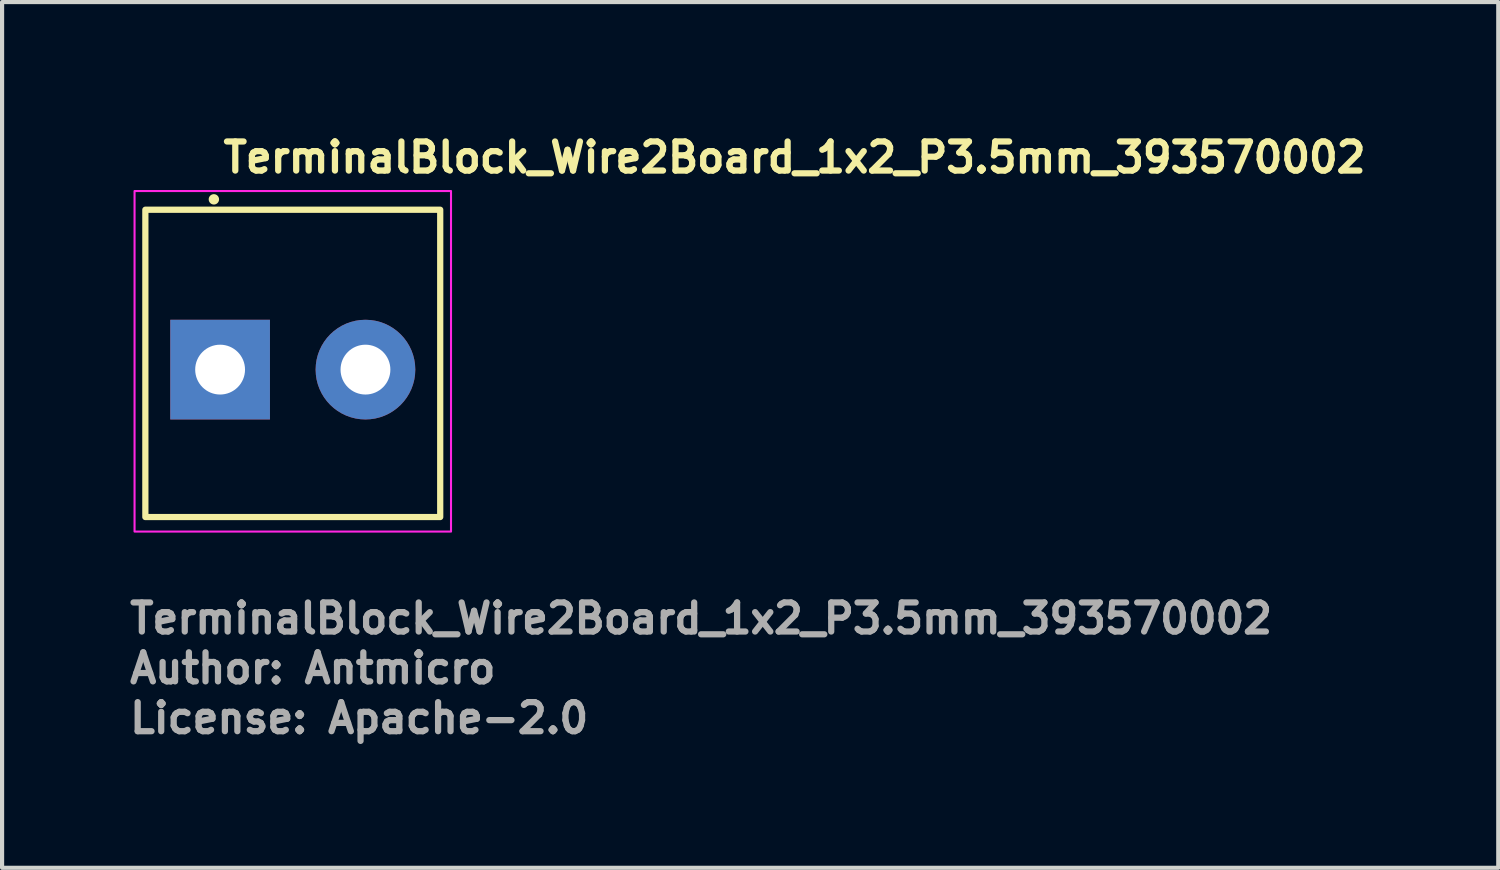
<source format=kicad_pcb>
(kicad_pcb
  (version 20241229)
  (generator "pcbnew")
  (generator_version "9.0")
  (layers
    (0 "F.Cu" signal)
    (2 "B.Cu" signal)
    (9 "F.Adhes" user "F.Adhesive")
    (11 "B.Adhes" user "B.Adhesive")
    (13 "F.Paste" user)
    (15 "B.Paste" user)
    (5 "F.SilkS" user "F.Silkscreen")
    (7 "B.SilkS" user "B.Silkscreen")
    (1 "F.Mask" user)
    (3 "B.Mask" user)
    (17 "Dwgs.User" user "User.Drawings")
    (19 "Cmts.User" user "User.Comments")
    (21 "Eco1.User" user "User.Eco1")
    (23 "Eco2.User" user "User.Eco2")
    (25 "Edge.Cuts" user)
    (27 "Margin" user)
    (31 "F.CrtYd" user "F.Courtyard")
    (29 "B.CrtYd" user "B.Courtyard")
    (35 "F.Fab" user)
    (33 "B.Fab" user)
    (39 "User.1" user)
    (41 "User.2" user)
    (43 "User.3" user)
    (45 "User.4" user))
  (footprint "TerminalBlock_Wire2Board_1x2_P3.5mm_393570002"
    (layer "F.Cu")
    (at 4 5.85)
    (property "Reference" "TerminalBlock_Wire2Board_1x2_P3.5mm_393570002" (at -1.75 -4.7 0) (unlocked yes) (layer "F.SilkS") (effects (font (size 0.7 0.7) (thickness 0.15)) (justify left bottom)))
    (attr smd)
    (fp_rect (start -3.55 -3.85) (end 3.55 3.55) (stroke (width 0.15) (type solid)) (fill no) (layer "F.SilkS"))
    (fp_circle (center -1.9 -4.1) (end -1.85 -4.1) (stroke (width 0.15) (type solid)) (fill yes) (layer "F.SilkS"))
    (fp_rect (start -3.81 -4.3) (end 3.81 3.9) (stroke (width 0.05) (type solid)) (fill no) (layer "F.CrtYd"))
    (fp_rect (start -3.556 -3.645) (end 3.556 3.645) (stroke (width 0.1) (type solid)) (fill no) (layer "User.5"))
    (fp_line (start -3.556 -3.645) (end -3.556 -3.391) (stroke (width 0.02) (type solid)) (layer "User.9"))
    (fp_line (start -3.556 -3.645) (end 3.556 -3.645) (stroke (width 0.02) (type solid)) (layer "User.9"))
    (fp_line (start -3.556 -3.391) (end -3.556 -2.2) (stroke (width 0.02) (type solid)) (layer "User.9"))
    (fp_line (start -3.556 -3.391) (end 3.556 -3.391) (stroke (width 0.02) (type solid)) (layer "User.9"))
    (fp_line (start -3.556 -2.2) (end -3.556 2.2) (stroke (width 0.02) (type solid)) (layer "User.9"))
    (fp_line (start -3.556 -2.2) (end 3.556 -2.2) (stroke (width 0.02) (type solid)) (layer "User.9"))
    (fp_line (start -3.556 2.2) (end -3.556 2.604) (stroke (width 0.02) (type solid)) (layer "User.9"))
    (fp_line (start -3.556 2.2) (end 3.556 2.2) (stroke (width 0.02) (type solid)) (layer "User.9"))
    (fp_line (start -3.556 2.604) (end -3.556 3.645) (stroke (width 0.02) (type solid)) (layer "User.9"))
    (fp_line (start -3.556 2.604) (end 3.556 2.604) (stroke (width 0.02) (type solid)) (layer "User.9"))
    (fp_line (start -3.556 3.645) (end 3.556 3.645) (stroke (width 0.02) (type solid)) (layer "User.9"))
    (fp_line (start -3.404 0) (end -3.4 -0.113) (stroke (width 0.02) (type solid)) (layer "User.9"))
    (fp_line (start -3.4 -0.113) (end -3.388 -0.225) (stroke (width 0.02) (type solid)) (layer "User.9"))
    (fp_line (start -3.4 0.113) (end -3.404 0) (stroke (width 0.02) (type solid)) (layer "User.9"))
    (fp_line (start -3.388 -0.225) (end -3.369 -0.336) (stroke (width 0.02) (type solid)) (layer "User.9"))
    (fp_line (start -3.388 0.225) (end -3.4 0.113) (stroke (width 0.02) (type solid)) (layer "User.9"))
    (fp_line (start -3.369 -0.336) (end -3.342 -0.445) (stroke (width 0.02) (type solid)) (layer "User.9"))
    (fp_line (start -3.369 0.336) (end -3.388 0.225) (stroke (width 0.02) (type solid)) (layer "User.9"))
    (fp_line (start -3.342 -0.445) (end -3.308 -0.553) (stroke (width 0.02) (type solid)) (layer "User.9"))
    (fp_line (start -3.342 0.445) (end -3.369 0.336) (stroke (width 0.02) (type solid)) (layer "User.9"))
    (fp_line (start -3.308 -0.553) (end -3.267 -0.658) (stroke (width 0.02) (type solid)) (layer "User.9"))
    (fp_line (start -3.308 0.553) (end -3.342 0.445) (stroke (width 0.02) (type solid)) (layer "User.9"))
    (fp_line (start -3.267 -0.658) (end -3.218 -0.76) (stroke (width 0.02) (type solid)) (layer "User.9"))
    (fp_line (start -3.267 0.658) (end -3.308 0.553) (stroke (width 0.02) (type solid)) (layer "User.9"))
    (fp_line (start -3.218 -0.76) (end -3.163 -0.858) (stroke (width 0.02) (type solid)) (layer "User.9"))
    (fp_line (start -3.218 0.76) (end -3.267 0.658) (stroke (width 0.02) (type solid)) (layer "User.9"))
    (fp_line (start -3.163 -0.858) (end -3.101 -0.952) (stroke (width 0.02) (type solid)) (layer "User.9"))
    (fp_line (start -3.163 0.858) (end -3.218 0.76) (stroke (width 0.02) (type solid)) (layer "User.9"))
    (fp_line (start -3.101 -0.952) (end -3.033 -1.042) (stroke (width 0.02) (type solid)) (layer "User.9"))
    (fp_line (start -3.101 0.952) (end -3.163 0.858) (stroke (width 0.02) (type solid)) (layer "User.9"))
    (fp_line (start -3.033 -1.042) (end -2.959 -1.127) (stroke (width 0.02) (type solid)) (layer "User.9"))
    (fp_line (start -3.033 1.042) (end -3.101 0.952) (stroke (width 0.02) (type solid)) (layer "User.9"))
    (fp_line (start -3.023 0) (end -3.02 0.085) (stroke (width 0.02) (type solid)) (layer "User.9"))
    (fp_line (start -3.023 0) (end -3.019 -0.1) (stroke (width 0.02) (type solid)) (layer "User.9"))
    (fp_line (start -3.02 -0.085) (end -3.023 0) (stroke (width 0.02) (type solid)) (layer "User.9"))
    (fp_line (start -3.02 0.085) (end -3.011 0.17) (stroke (width 0.02) (type solid)) (layer "User.9"))
    (fp_line (start -3.019 -0.1) (end -3.007 -0.199) (stroke (width 0.02) (type solid)) (layer "User.9"))
    (fp_line (start -3.019 0.1) (end -3.023 0) (stroke (width 0.02) (type solid)) (layer "User.9"))
    (fp_line (start -3.011 -0.17) (end -3.02 -0.085) (stroke (width 0.02) (type solid)) (layer "User.9"))
    (fp_line (start -3.011 0.17) (end -2.997 0.254) (stroke (width 0.02) (type solid)) (layer "User.9"))
    (fp_line (start -3.007 -0.199) (end -2.988 -0.296) (stroke (width 0.02) (type solid)) (layer "User.9"))
    (fp_line (start -3.007 0.199) (end -3.019 0.1) (stroke (width 0.02) (type solid)) (layer "User.9"))
    (fp_line (start -2.997 -0.254) (end -3.011 -0.17) (stroke (width 0.02) (type solid)) (layer "User.9"))
    (fp_line (start -2.997 0.254) (end -2.973 0.35) (stroke (width 0.02) (type solid)) (layer "User.9"))
    (fp_line (start -2.997 0.254) (end -0.508 0.254) (stroke (width 0.02) (type solid)) (layer "User.9"))
    (fp_line (start -2.988 -0.296) (end -2.96 -0.392) (stroke (width 0.02) (type solid)) (layer "User.9"))
    (fp_line (start -2.988 0.296) (end -3.007 0.199) (stroke (width 0.02) (type solid)) (layer "User.9"))
    (fp_line (start -2.973 -0.35) (end -2.997 -0.254) (stroke (width 0.02) (type solid)) (layer "User.9"))
    (fp_line (start -2.973 0.35) (end -2.942 0.445) (stroke (width 0.02) (type solid)) (layer "User.9"))
    (fp_line (start -2.96 -0.392) (end -2.926 -0.486) (stroke (width 0.02) (type solid)) (layer "User.9"))
    (fp_line (start -2.96 0.392) (end -2.988 0.296) (stroke (width 0.02) (type solid)) (layer "User.9"))
    (fp_line (start -2.959 -1.127) (end -2.879 -1.207) (stroke (width 0.02) (type solid)) (layer "User.9"))
    (fp_line (start -2.959 1.127) (end -3.033 1.042) (stroke (width 0.02) (type solid)) (layer "User.9"))
    (fp_line (start -2.942 -0.445) (end -2.973 -0.35) (stroke (width 0.02) (type solid)) (layer "User.9"))
    (fp_line (start -2.942 0.445) (end -2.904 0.536) (stroke (width 0.02) (type solid)) (layer "User.9"))
    (fp_line (start -2.926 -0.486) (end -2.884 -0.577) (stroke (width 0.02) (type solid)) (layer "User.9"))
    (fp_line (start -2.926 0.486) (end -2.96 0.392) (stroke (width 0.02) (type solid)) (layer "User.9"))
    (fp_line (start -2.904 -0.536) (end -2.942 -0.445) (stroke (width 0.02) (type solid)) (layer "User.9"))
    (fp_line (start -2.904 0.536) (end -2.858 0.625) (stroke (width 0.02) (type solid)) (layer "User.9"))
    (fp_line (start -2.884 -0.577) (end -2.835 -0.664) (stroke (width 0.02) (type solid)) (layer "User.9"))
    (fp_line (start -2.884 0.577) (end -2.926 0.486) (stroke (width 0.02) (type solid)) (layer "User.9"))
    (fp_line (start -2.879 -1.207) (end -2.795 -1.281) (stroke (width 0.02) (type solid)) (layer "User.9"))
    (fp_line (start -2.879 1.207) (end -2.959 1.127) (stroke (width 0.02) (type solid)) (layer "User.9"))
    (fp_line (start -2.858 -0.625) (end -2.904 -0.536) (stroke (width 0.02) (type solid)) (layer "User.9"))
    (fp_line (start -2.858 0.625) (end -2.806 0.709) (stroke (width 0.02) (type solid)) (layer "User.9"))
    (fp_line (start -2.835 -0.664) (end -2.78 -0.746) (stroke (width 0.02) (type solid)) (layer "User.9"))
    (fp_line (start -2.835 0.664) (end -2.884 0.577) (stroke (width 0.02) (type solid)) (layer "User.9"))
    (fp_line (start -2.806 -0.709) (end -2.858 -0.625) (stroke (width 0.02) (type solid)) (layer "User.9"))
    (fp_line (start -2.806 0.709) (end -2.747 0.79) (stroke (width 0.02) (type solid)) (layer "User.9"))
    (fp_line (start -2.795 -1.281) (end -2.705 -1.349) (stroke (width 0.02) (type solid)) (layer "User.9"))
    (fp_line (start -2.795 1.281) (end -2.879 1.207) (stroke (width 0.02) (type solid)) (layer "User.9"))
    (fp_line (start -2.78 -0.746) (end -2.718 -0.825) (stroke (width 0.02) (type solid)) (layer "User.9"))
    (fp_line (start -2.78 0.746) (end -2.835 0.664) (stroke (width 0.02) (type solid)) (layer "User.9"))
    (fp_line (start -2.747 -0.79) (end -2.806 -0.709) (stroke (width 0.02) (type solid)) (layer "User.9"))
    (fp_line (start -2.747 0.79) (end -2.683 0.865) (stroke (width 0.02) (type solid)) (layer "User.9"))
    (fp_line (start -2.718 -0.825) (end -2.651 -0.898) (stroke (width 0.02) (type solid)) (layer "User.9"))
    (fp_line (start -2.718 0.825) (end -2.78 0.746) (stroke (width 0.02) (type solid)) (layer "User.9"))
    (fp_line (start -2.705 -1.349) (end -2.61 -1.411) (stroke (width 0.02) (type solid)) (layer "User.9"))
    (fp_line (start -2.705 1.349) (end -2.795 1.281) (stroke (width 0.02) (type solid)) (layer "User.9"))
    (fp_line (start -2.683 -0.865) (end -2.747 -0.79) (stroke (width 0.02) (type solid)) (layer "User.9"))
    (fp_line (start -2.683 0.865) (end -2.612 0.935) (stroke (width 0.02) (type solid)) (layer "User.9"))
    (fp_line (start -2.651 -0.898) (end -2.577 -0.966) (stroke (width 0.02) (type solid)) (layer "User.9"))
    (fp_line (start -2.651 0.898) (end -2.718 0.825) (stroke (width 0.02) (type solid)) (layer "User.9"))
    (fp_line (start -2.612 -0.935) (end -2.683 -0.865) (stroke (width 0.02) (type solid)) (layer "User.9"))
    (fp_line (start -2.612 0.935) (end -2.536 0.999) (stroke (width 0.02) (type solid)) (layer "User.9"))
    (fp_line (start -2.61 -1.411) (end -2.512 -1.466) (stroke (width 0.02) (type solid)) (layer "User.9"))
    (fp_line (start -2.61 1.411) (end -2.705 1.349) (stroke (width 0.02) (type solid)) (layer "User.9"))
    (fp_line (start -2.577 -0.966) (end -2.499 -1.027) (stroke (width 0.02) (type solid)) (layer "User.9"))
    (fp_line (start -2.577 0.966) (end -2.651 0.898) (stroke (width 0.02) (type solid)) (layer "User.9"))
    (fp_line (start -2.536 -0.999) (end -2.612 -0.935) (stroke (width 0.02) (type solid)) (layer "User.9"))
    (fp_line (start -2.536 0.999) (end -2.456 1.057) (stroke (width 0.02) (type solid)) (layer "User.9"))
    (fp_line (start -2.512 -1.466) (end -2.41 -1.514) (stroke (width 0.02) (type solid)) (layer "User.9"))
    (fp_line (start -2.512 1.466) (end -2.61 1.411) (stroke (width 0.02) (type solid)) (layer "User.9"))
    (fp_line (start -2.499 -1.027) (end -2.416 -1.083) (stroke (width 0.02) (type solid)) (layer "User.9"))
    (fp_line (start -2.499 1.027) (end -2.577 0.966) (stroke (width 0.02) (type solid)) (layer "User.9"))
    (fp_line (start -2.456 -1.057) (end -2.536 -0.999) (stroke (width 0.02) (type solid)) (layer "User.9"))
    (fp_line (start -2.456 1.057) (end -2.371 1.109) (stroke (width 0.02) (type solid)) (layer "User.9"))
    (fp_line (start -2.416 -1.083) (end -2.329 -1.132) (stroke (width 0.02) (type solid)) (layer "User.9"))
    (fp_line (start -2.416 1.083) (end -2.499 1.027) (stroke (width 0.02) (type solid)) (layer "User.9"))
    (fp_line (start -2.41 -1.514) (end -2.305 -1.556) (stroke (width 0.02) (type solid)) (layer "User.9"))
    (fp_line (start -2.41 1.514) (end -2.512 1.466) (stroke (width 0.02) (type solid)) (layer "User.9"))
    (fp_line (start -2.371 -1.109) (end -2.456 -1.057) (stroke (width 0.02) (type solid)) (layer "User.9"))
    (fp_line (start -2.371 1.109) (end -2.282 1.154) (stroke (width 0.02) (type solid)) (layer "User.9"))
    (fp_line (start -2.329 -1.132) (end -2.239 -1.173) (stroke (width 0.02) (type solid)) (layer "User.9"))
    (fp_line (start -2.329 1.132) (end -2.416 1.083) (stroke (width 0.02) (type solid)) (layer "User.9"))
    (fp_line (start -2.305 -1.556) (end -2.198 -1.59) (stroke (width 0.02) (type solid)) (layer "User.9"))
    (fp_line (start -2.305 1.556) (end -2.41 1.514) (stroke (width 0.02) (type solid)) (layer "User.9"))
    (fp_line (start -2.282 -1.154) (end -2.371 -1.109) (stroke (width 0.02) (type solid)) (layer "User.9"))
    (fp_line (start -2.282 1.154) (end -2.191 1.192) (stroke (width 0.02) (type solid)) (layer "User.9"))
    (fp_line (start -2.239 -1.173) (end -2.145 -1.208) (stroke (width 0.02) (type solid)) (layer "User.9"))
    (fp_line (start -2.239 1.173) (end -2.329 1.132) (stroke (width 0.02) (type solid)) (layer "User.9"))
    (fp_line (start -2.198 -1.59) (end -2.089 -1.616) (stroke (width 0.02) (type solid)) (layer "User.9"))
    (fp_line (start -2.198 1.59) (end -2.305 1.556) (stroke (width 0.02) (type solid)) (layer "User.9"))
    (fp_line (start -2.191 -1.192) (end -2.282 -1.154) (stroke (width 0.02) (type solid)) (layer "User.9"))
    (fp_line (start -2.191 1.192) (end -2.096 1.223) (stroke (width 0.02) (type solid)) (layer "User.9"))
    (fp_line (start -2.145 -1.208) (end -2.049 -1.235) (stroke (width 0.02) (type solid)) (layer "User.9"))
    (fp_line (start -2.145 1.208) (end -2.239 1.173) (stroke (width 0.02) (type solid)) (layer "User.9"))
    (fp_line (start -2.096 -1.223) (end -2.191 -1.192) (stroke (width 0.02) (type solid)) (layer "User.9"))
    (fp_line (start -2.096 1.223) (end -1.999 1.246) (stroke (width 0.02) (type solid)) (layer "User.9"))
    (fp_line (start -2.089 -1.616) (end -1.977 -1.636) (stroke (width 0.02) (type solid)) (layer "User.9"))
    (fp_line (start -2.089 1.616) (end -2.198 1.59) (stroke (width 0.02) (type solid)) (layer "User.9"))
    (fp_line (start -2.049 -1.235) (end -1.951 -1.254) (stroke (width 0.02) (type solid)) (layer "User.9"))
    (fp_line (start -2.049 1.235) (end -2.145 1.208) (stroke (width 0.02) (type solid)) (layer "User.9"))
    (fp_line (start -1.999 -1.246) (end -2.096 -1.223) (stroke (width 0.02) (type solid)) (layer "User.9"))
    (fp_line (start -1.999 1.246) (end -1.901 1.261) (stroke (width 0.02) (type solid)) (layer "User.9"))
    (fp_line (start -1.977 -1.636) (end -1.865 -1.647) (stroke (width 0.02) (type solid)) (layer "User.9"))
    (fp_line (start -1.977 1.636) (end -2.089 1.616) (stroke (width 0.02) (type solid)) (layer "User.9"))
    (fp_line (start -1.951 -1.254) (end -1.852 -1.266) (stroke (width 0.02) (type solid)) (layer "User.9"))
    (fp_line (start -1.951 1.254) (end -2.049 1.235) (stroke (width 0.02) (type solid)) (layer "User.9"))
    (fp_line (start -1.901 -1.261) (end -1.999 -1.246) (stroke (width 0.02) (type solid)) (layer "User.9"))
    (fp_line (start -1.901 1.261) (end -1.802 1.269) (stroke (width 0.02) (type solid)) (layer "User.9"))
    (fp_line (start -1.865 -1.647) (end -1.753 -1.651) (stroke (width 0.02) (type solid)) (layer "User.9"))
    (fp_line (start -1.865 1.647) (end -1.977 1.636) (stroke (width 0.02) (type solid)) (layer "User.9"))
    (fp_line (start -1.852 -1.266) (end -1.753 -1.27) (stroke (width 0.02) (type solid)) (layer "User.9"))
    (fp_line (start -1.852 1.266) (end -1.951 1.254) (stroke (width 0.02) (type solid)) (layer "User.9"))
    (fp_line (start -1.802 -1.269) (end -1.901 -1.261) (stroke (width 0.02) (type solid)) (layer "User.9"))
    (fp_line (start -1.802 1.269) (end -1.703 1.269) (stroke (width 0.02) (type solid)) (layer "User.9"))
    (fp_line (start -1.753 -1.651) (end -1.64 -1.647) (stroke (width 0.02) (type solid)) (layer "User.9"))
    (fp_line (start -1.753 -1.27) (end -1.653 -1.266) (stroke (width 0.02) (type solid)) (layer "User.9"))
    (fp_line (start -1.753 1.27) (end -1.852 1.266) (stroke (width 0.02) (type solid)) (layer "User.9"))
    (fp_line (start -1.753 1.651) (end -1.865 1.647) (stroke (width 0.02) (type solid)) (layer "User.9"))
    (fp_line (start -1.703 -1.269) (end -1.802 -1.269) (stroke (width 0.02) (type solid)) (layer "User.9"))
    (fp_line (start -1.703 1.269) (end -1.604 1.261) (stroke (width 0.02) (type solid)) (layer "User.9"))
    (fp_line (start -1.653 -1.266) (end -1.554 -1.254) (stroke (width 0.02) (type solid)) (layer "User.9"))
    (fp_line (start -1.653 1.266) (end -1.753 1.27) (stroke (width 0.02) (type solid)) (layer "User.9"))
    (fp_line (start -1.64 -1.647) (end -1.528 -1.636) (stroke (width 0.02) (type solid)) (layer "User.9"))
    (fp_line (start -1.64 1.647) (end -1.753 1.651) (stroke (width 0.02) (type solid)) (layer "User.9"))
    (fp_line (start -1.604 -1.261) (end -1.703 -1.269) (stroke (width 0.02) (type solid)) (layer "User.9"))
    (fp_line (start -1.604 1.261) (end -1.506 1.246) (stroke (width 0.02) (type solid)) (layer "User.9"))
    (fp_line (start -1.554 -1.254) (end -1.456 -1.235) (stroke (width 0.02) (type solid)) (layer "User.9"))
    (fp_line (start -1.554 1.254) (end -1.653 1.266) (stroke (width 0.02) (type solid)) (layer "User.9"))
    (fp_line (start -1.528 -1.636) (end -1.417 -1.616) (stroke (width 0.02) (type solid)) (layer "User.9"))
    (fp_line (start -1.528 1.636) (end -1.64 1.647) (stroke (width 0.02) (type solid)) (layer "User.9"))
    (fp_line (start -1.506 -1.246) (end -1.604 -1.261) (stroke (width 0.02) (type solid)) (layer "User.9"))
    (fp_line (start -1.506 1.246) (end -1.409 1.223) (stroke (width 0.02) (type solid)) (layer "User.9"))
    (fp_line (start -1.456 -1.235) (end -1.36 -1.208) (stroke (width 0.02) (type solid)) (layer "User.9"))
    (fp_line (start -1.456 1.235) (end -1.554 1.254) (stroke (width 0.02) (type solid)) (layer "User.9"))
    (fp_line (start -1.417 -1.616) (end -1.307 -1.59) (stroke (width 0.02) (type solid)) (layer "User.9"))
    (fp_line (start -1.417 1.616) (end -1.528 1.636) (stroke (width 0.02) (type solid)) (layer "User.9"))
    (fp_line (start -1.409 -1.223) (end -1.506 -1.246) (stroke (width 0.02) (type solid)) (layer "User.9"))
    (fp_line (start -1.409 1.223) (end -1.315 1.192) (stroke (width 0.02) (type solid)) (layer "User.9"))
    (fp_line (start -1.36 -1.208) (end -1.267 -1.173) (stroke (width 0.02) (type solid)) (layer "User.9"))
    (fp_line (start -1.36 1.208) (end -1.456 1.235) (stroke (width 0.02) (type solid)) (layer "User.9"))
    (fp_line (start -1.315 -1.192) (end -1.409 -1.223) (stroke (width 0.02) (type solid)) (layer "User.9"))
    (fp_line (start -1.315 1.192) (end -1.223 1.154) (stroke (width 0.02) (type solid)) (layer "User.9"))
    (fp_line (start -1.307 -1.59) (end -1.2 -1.556) (stroke (width 0.02) (type solid)) (layer "User.9"))
    (fp_line (start -1.307 1.59) (end -1.417 1.616) (stroke (width 0.02) (type solid)) (layer "User.9"))
    (fp_line (start -1.267 -1.173) (end -1.176 -1.132) (stroke (width 0.02) (type solid)) (layer "User.9"))
    (fp_line (start -1.267 1.173) (end -1.36 1.208) (stroke (width 0.02) (type solid)) (layer "User.9"))
    (fp_line (start -1.223 -1.154) (end -1.315 -1.192) (stroke (width 0.02) (type solid)) (layer "User.9"))
    (fp_line (start -1.223 1.154) (end -1.134 1.109) (stroke (width 0.02) (type solid)) (layer "User.9"))
    (fp_line (start -1.2 -1.556) (end -1.095 -1.514) (stroke (width 0.02) (type solid)) (layer "User.9"))
    (fp_line (start -1.2 1.556) (end -1.307 1.59) (stroke (width 0.02) (type solid)) (layer "User.9"))
    (fp_line (start -1.176 -1.132) (end -1.089 -1.083) (stroke (width 0.02) (type solid)) (layer "User.9"))
    (fp_line (start -1.176 1.132) (end -1.267 1.173) (stroke (width 0.02) (type solid)) (layer "User.9"))
    (fp_line (start -1.134 -1.109) (end -1.223 -1.154) (stroke (width 0.02) (type solid)) (layer "User.9"))
    (fp_line (start -1.134 1.109) (end -1.049 1.057) (stroke (width 0.02) (type solid)) (layer "User.9"))
    (fp_line (start -1.095 -1.514) (end -0.993 -1.466) (stroke (width 0.02) (type solid)) (layer "User.9"))
    (fp_line (start -1.095 1.514) (end -1.2 1.556) (stroke (width 0.02) (type solid)) (layer "User.9"))
    (fp_line (start -1.089 -1.083) (end -1.006 -1.027) (stroke (width 0.02) (type solid)) (layer "User.9"))
    (fp_line (start -1.089 1.083) (end -1.176 1.132) (stroke (width 0.02) (type solid)) (layer "User.9"))
    (fp_line (start -1.049 -1.057) (end -1.134 -1.109) (stroke (width 0.02) (type solid)) (layer "User.9"))
    (fp_line (start -1.049 1.057) (end -0.969 0.999) (stroke (width 0.02) (type solid)) (layer "User.9"))
    (fp_line (start -1.006 -1.027) (end -0.928 -0.966) (stroke (width 0.02) (type solid)) (layer "User.9"))
    (fp_line (start -1.006 1.027) (end -1.089 1.083) (stroke (width 0.02) (type solid)) (layer "User.9"))
    (fp_line (start -0.993 -1.466) (end -0.895 -1.411) (stroke (width 0.02) (type solid)) (layer "User.9"))
    (fp_line (start -0.993 1.466) (end -1.095 1.514) (stroke (width 0.02) (type solid)) (layer "User.9"))
    (fp_line (start -0.969 -0.999) (end -1.049 -1.057) (stroke (width 0.02) (type solid)) (layer "User.9"))
    (fp_line (start -0.969 0.999) (end -0.893 0.935) (stroke (width 0.02) (type solid)) (layer "User.9"))
    (fp_line (start -0.928 -0.966) (end -0.855 -0.898) (stroke (width 0.02) (type solid)) (layer "User.9"))
    (fp_line (start -0.928 0.966) (end -1.006 1.027) (stroke (width 0.02) (type solid)) (layer "User.9"))
    (fp_line (start -0.895 -1.411) (end -0.801 -1.349) (stroke (width 0.02) (type solid)) (layer "User.9"))
    (fp_line (start -0.895 1.411) (end -0.993 1.466) (stroke (width 0.02) (type solid)) (layer "User.9"))
    (fp_line (start -0.893 -0.935) (end -0.969 -0.999) (stroke (width 0.02) (type solid)) (layer "User.9"))
    (fp_line (start -0.893 0.935) (end -0.823 0.865) (stroke (width 0.02) (type solid)) (layer "User.9"))
    (fp_line (start -0.855 -0.898) (end -0.787 -0.825) (stroke (width 0.02) (type solid)) (layer "User.9"))
    (fp_line (start -0.855 0.898) (end -0.928 0.966) (stroke (width 0.02) (type solid)) (layer "User.9"))
    (fp_line (start -0.823 -0.865) (end -0.893 -0.935) (stroke (width 0.02) (type solid)) (layer "User.9"))
    (fp_line (start -0.823 0.865) (end -0.758 0.79) (stroke (width 0.02) (type solid)) (layer "User.9"))
    (fp_line (start -0.801 -1.349) (end -0.711 -1.281) (stroke (width 0.02) (type solid)) (layer "User.9"))
    (fp_line (start -0.801 1.349) (end -0.895 1.411) (stroke (width 0.02) (type solid)) (layer "User.9"))
    (fp_line (start -0.787 -0.825) (end -0.725 -0.746) (stroke (width 0.02) (type solid)) (layer "User.9"))
    (fp_line (start -0.787 0.825) (end -0.855 0.898) (stroke (width 0.02) (type solid)) (layer "User.9"))
    (fp_line (start -0.758 -0.79) (end -0.823 -0.865) (stroke (width 0.02) (type solid)) (layer "User.9"))
    (fp_line (start -0.758 0.79) (end -0.699 0.709) (stroke (width 0.02) (type solid)) (layer "User.9"))
    (fp_line (start -0.725 -0.746) (end -0.67 -0.664) (stroke (width 0.02) (type solid)) (layer "User.9"))
    (fp_line (start -0.725 0.746) (end -0.787 0.825) (stroke (width 0.02) (type solid)) (layer "User.9"))
    (fp_line (start -0.711 -1.281) (end -0.626 -1.207) (stroke (width 0.02) (type solid)) (layer "User.9"))
    (fp_line (start -0.711 1.281) (end -0.801 1.349) (stroke (width 0.02) (type solid)) (layer "User.9"))
    (fp_line (start -0.699 -0.709) (end -0.758 -0.79) (stroke (width 0.02) (type solid)) (layer "User.9"))
    (fp_line (start -0.699 0.709) (end -0.647 0.625) (stroke (width 0.02) (type solid)) (layer "User.9"))
    (fp_line (start -0.67 -0.664) (end -0.621 -0.577) (stroke (width 0.02) (type solid)) (layer "User.9"))
    (fp_line (start -0.67 0.664) (end -0.725 0.746) (stroke (width 0.02) (type solid)) (layer "User.9"))
    (fp_line (start -0.647 -0.625) (end -0.699 -0.709) (stroke (width 0.02) (type solid)) (layer "User.9"))
    (fp_line (start -0.647 0.625) (end -0.601 0.536) (stroke (width 0.02) (type solid)) (layer "User.9"))
    (fp_line (start -0.626 -1.207) (end -0.546 -1.127) (stroke (width 0.02) (type solid)) (layer "User.9"))
    (fp_line (start -0.626 1.207) (end -0.711 1.281) (stroke (width 0.02) (type solid)) (layer "User.9"))
    (fp_line (start -0.621 -0.577) (end -0.579 -0.486) (stroke (width 0.02) (type solid)) (layer "User.9"))
    (fp_line (start -0.621 0.577) (end -0.67 0.664) (stroke (width 0.02) (type solid)) (layer "User.9"))
    (fp_line (start -0.601 -0.536) (end -0.647 -0.625) (stroke (width 0.02) (type solid)) (layer "User.9"))
    (fp_line (start -0.601 0.536) (end -0.563 0.445) (stroke (width 0.02) (type solid)) (layer "User.9"))
    (fp_line (start -0.579 -0.486) (end -0.545 -0.392) (stroke (width 0.02) (type solid)) (layer "User.9"))
    (fp_line (start -0.579 0.486) (end -0.621 0.577) (stroke (width 0.02) (type solid)) (layer "User.9"))
    (fp_line (start -0.563 -0.445) (end -0.601 -0.536) (stroke (width 0.02) (type solid)) (layer "User.9"))
    (fp_line (start -0.563 0.445) (end -0.532 0.35) (stroke (width 0.02) (type solid)) (layer "User.9"))
    (fp_line (start -0.546 -1.127) (end -0.472 -1.042) (stroke (width 0.02) (type solid)) (layer "User.9"))
    (fp_line (start -0.546 1.127) (end -0.626 1.207) (stroke (width 0.02) (type solid)) (layer "User.9"))
    (fp_line (start -0.545 -0.392) (end -0.518 -0.296) (stroke (width 0.02) (type solid)) (layer "User.9"))
    (fp_line (start -0.545 0.392) (end -0.579 0.486) (stroke (width 0.02) (type solid)) (layer "User.9"))
    (fp_line (start -0.532 -0.35) (end -0.563 -0.445) (stroke (width 0.02) (type solid)) (layer "User.9"))
    (fp_line (start -0.532 0.35) (end -0.508 0.254) (stroke (width 0.02) (type solid)) (layer "User.9"))
    (fp_line (start -0.518 -0.296) (end -0.498 -0.199) (stroke (width 0.02) (type solid)) (layer "User.9"))
    (fp_line (start -0.518 0.296) (end -0.545 0.392) (stroke (width 0.02) (type solid)) (layer "User.9"))
    (fp_line (start -0.508 -0.254) (end -2.997 -0.254) (stroke (width 0.02) (type solid)) (layer "User.9"))
    (fp_line (start -0.508 -0.254) (end -0.532 -0.35) (stroke (width 0.02) (type solid)) (layer "User.9"))
    (fp_line (start -0.508 0.254) (end -0.494 0.17) (stroke (width 0.02) (type solid)) (layer "User.9"))
    (fp_line (start -0.498 -0.199) (end -0.487 -0.1) (stroke (width 0.02) (type solid)) (layer "User.9"))
    (fp_line (start -0.498 0.199) (end -0.518 0.296) (stroke (width 0.02) (type solid)) (layer "User.9"))
    (fp_line (start -0.494 -0.17) (end -0.508 -0.254) (stroke (width 0.02) (type solid)) (layer "User.9"))
    (fp_line (start -0.494 0.17) (end -0.485 0.085) (stroke (width 0.02) (type solid)) (layer "User.9"))
    (fp_line (start -0.487 -0.1) (end -0.483 0) (stroke (width 0.02) (type solid)) (layer "User.9"))
    (fp_line (start -0.487 0.1) (end -0.498 0.199) (stroke (width 0.02) (type solid)) (layer "User.9"))
    (fp_line (start -0.485 -0.085) (end -0.494 -0.17) (stroke (width 0.02) (type solid)) (layer "User.9"))
    (fp_line (start -0.485 0.085) (end -0.483 0) (stroke (width 0.02) (type solid)) (layer "User.9"))
    (fp_line (start -0.483 0) (end -0.487 0.1) (stroke (width 0.02) (type solid)) (layer "User.9"))
    (fp_line (start -0.483 0) (end -0.485 -0.085) (stroke (width 0.02) (type solid)) (layer "User.9"))
    (fp_line (start -0.472 -1.042) (end -0.404 -0.952) (stroke (width 0.02) (type solid)) (layer "User.9"))
    (fp_line (start -0.472 1.042) (end -0.546 1.127) (stroke (width 0.02) (type solid)) (layer "User.9"))
    (fp_line (start -0.404 -0.952) (end -0.342 -0.858) (stroke (width 0.02) (type solid)) (layer "User.9"))
    (fp_line (start -0.404 0.952) (end -0.472 1.042) (stroke (width 0.02) (type solid)) (layer "User.9"))
    (fp_line (start -0.342 -0.858) (end -0.287 -0.76) (stroke (width 0.02) (type solid)) (layer "User.9"))
    (fp_line (start -0.342 0.858) (end -0.404 0.952) (stroke (width 0.02) (type solid)) (layer "User.9"))
    (fp_line (start -0.287 -0.76) (end -0.238 -0.658) (stroke (width 0.02) (type solid)) (layer "User.9"))
    (fp_line (start -0.287 0.76) (end -0.342 0.858) (stroke (width 0.02) (type solid)) (layer "User.9"))
    (fp_line (start -0.238 -0.658) (end -0.197 -0.553) (stroke (width 0.02) (type solid)) (layer "User.9"))
    (fp_line (start -0.238 0.658) (end -0.287 0.76) (stroke (width 0.02) (type solid)) (layer "User.9"))
    (fp_line (start -0.197 -0.553) (end -0.163 -0.445) (stroke (width 0.02) (type solid)) (layer "User.9"))
    (fp_line (start -0.197 0.553) (end -0.238 0.658) (stroke (width 0.02) (type solid)) (layer "User.9"))
    (fp_line (start -0.163 -0.445) (end -0.136 -0.336) (stroke (width 0.02) (type solid)) (layer "User.9"))
    (fp_line (start -0.163 0.445) (end -0.197 0.553) (stroke (width 0.02) (type solid)) (layer "User.9"))
    (fp_line (start -0.136 -0.336) (end -0.117 -0.225) (stroke (width 0.02) (type solid)) (layer "User.9"))
    (fp_line (start -0.136 0.336) (end -0.163 0.445) (stroke (width 0.02) (type solid)) (layer "User.9"))
    (fp_line (start -0.117 -0.225) (end -0.105 -0.113) (stroke (width 0.02) (type solid)) (layer "User.9"))
    (fp_line (start -0.117 0.225) (end -0.136 0.336) (stroke (width 0.02) (type solid)) (layer "User.9"))
    (fp_line (start -0.105 -0.113) (end -0.102 0) (stroke (width 0.02) (type solid)) (layer "User.9"))
    (fp_line (start -0.105 0.113) (end -0.117 0.225) (stroke (width 0.02) (type solid)) (layer "User.9"))
    (fp_line (start -0.102 0) (end -0.105 0.113) (stroke (width 0.02) (type solid)) (layer "User.9"))
    (fp_line (start 0.102 0) (end 0.105 -0.113) (stroke (width 0.02) (type solid)) (layer "User.9"))
    (fp_line (start 0.105 -0.113) (end 0.117 -0.225) (stroke (width 0.02) (type solid)) (layer "User.9"))
    (fp_line (start 0.105 0.113) (end 0.102 0) (stroke (width 0.02) (type solid)) (layer "User.9"))
    (fp_line (start 0.117 -0.225) (end 0.136 -0.336) (stroke (width 0.02) (type solid)) (layer "User.9"))
    (fp_line (start 0.117 0.225) (end 0.105 0.113) (stroke (width 0.02) (type solid)) (layer "User.9"))
    (fp_line (start 0.136 -0.336) (end 0.163 -0.445) (stroke (width 0.02) (type solid)) (layer "User.9"))
    (fp_line (start 0.136 0.336) (end 0.117 0.225) (stroke (width 0.02) (type solid)) (layer "User.9"))
    (fp_line (start 0.163 -0.445) (end 0.197 -0.553) (stroke (width 0.02) (type solid)) (layer "User.9"))
    (fp_line (start 0.163 0.445) (end 0.136 0.336) (stroke (width 0.02) (type solid)) (layer "User.9"))
    (fp_line (start 0.197 -0.553) (end 0.238 -0.658) (stroke (width 0.02) (type solid)) (layer "User.9"))
    (fp_line (start 0.197 0.553) (end 0.163 0.445) (stroke (width 0.02) (type solid)) (layer "User.9"))
    (fp_line (start 0.238 -0.658) (end 0.287 -0.76) (stroke (width 0.02) (type solid)) (layer "User.9"))
    (fp_line (start 0.238 0.658) (end 0.197 0.553) (stroke (width 0.02) (type solid)) (layer "User.9"))
    (fp_line (start 0.287 -0.76) (end 0.342 -0.858) (stroke (width 0.02) (type solid)) (layer "User.9"))
    (fp_line (start 0.287 0.76) (end 0.238 0.658) (stroke (width 0.02) (type solid)) (layer "User.9"))
    (fp_line (start 0.342 -0.858) (end 0.404 -0.952) (stroke (width 0.02) (type solid)) (layer "User.9"))
    (fp_line (start 0.342 0.858) (end 0.287 0.76) (stroke (width 0.02) (type solid)) (layer "User.9"))
    (fp_line (start 0.404 -0.952) (end 0.472 -1.042) (stroke (width 0.02) (type solid)) (layer "User.9"))
    (fp_line (start 0.404 0.952) (end 0.342 0.858) (stroke (width 0.02) (type solid)) (layer "User.9"))
    (fp_line (start 0.472 -1.042) (end 0.546 -1.127) (stroke (width 0.02) (type solid)) (layer "User.9"))
    (fp_line (start 0.472 1.042) (end 0.404 0.952) (stroke (width 0.02) (type solid)) (layer "User.9"))
    (fp_line (start 0.483 0) (end 0.485 0.085) (stroke (width 0.02) (type solid)) (layer "User.9"))
    (fp_line (start 0.483 0) (end 0.487 -0.1) (stroke (width 0.02) (type solid)) (layer "User.9"))
    (fp_line (start 0.485 -0.085) (end 0.483 0) (stroke (width 0.02) (type solid)) (layer "User.9"))
    (fp_line (start 0.485 0.085) (end 0.494 0.17) (stroke (width 0.02) (type solid)) (layer "User.9"))
    (fp_line (start 0.487 -0.1) (end 0.498 -0.199) (stroke (width 0.02) (type solid)) (layer "User.9"))
    (fp_line (start 0.487 0.1) (end 0.483 0) (stroke (width 0.02) (type solid)) (layer "User.9"))
    (fp_line (start 0.494 -0.17) (end 0.485 -0.085) (stroke (width 0.02) (type solid)) (layer "User.9"))
    (fp_line (start 0.494 0.17) (end 0.508 0.254) (stroke (width 0.02) (type solid)) (layer "User.9"))
    (fp_line (start 0.498 -0.199) (end 0.518 -0.296) (stroke (width 0.02) (type solid)) (layer "User.9"))
    (fp_line (start 0.498 0.199) (end 0.487 0.1) (stroke (width 0.02) (type solid)) (layer "User.9"))
    (fp_line (start 0.508 -0.254) (end 0.494 -0.17) (stroke (width 0.02) (type solid)) (layer "User.9"))
    (fp_line (start 0.508 0.254) (end 0.532 0.35) (stroke (width 0.02) (type solid)) (layer "User.9"))
    (fp_line (start 0.508 0.254) (end 2.997 0.254) (stroke (width 0.02) (type solid)) (layer "User.9"))
    (fp_line (start 0.518 -0.296) (end 0.545 -0.392) (stroke (width 0.02) (type solid)) (layer "User.9"))
    (fp_line (start 0.518 0.296) (end 0.498 0.199) (stroke (width 0.02) (type solid)) (layer "User.9"))
    (fp_line (start 0.532 -0.35) (end 0.508 -0.254) (stroke (width 0.02) (type solid)) (layer "User.9"))
    (fp_line (start 0.532 0.35) (end 0.563 0.445) (stroke (width 0.02) (type solid)) (layer "User.9"))
    (fp_line (start 0.545 -0.392) (end 0.579 -0.486) (stroke (width 0.02) (type solid)) (layer "User.9"))
    (fp_line (start 0.545 0.392) (end 0.518 0.296) (stroke (width 0.02) (type solid)) (layer "User.9"))
    (fp_line (start 0.546 -1.127) (end 0.626 -1.207) (stroke (width 0.02) (type solid)) (layer "User.9"))
    (fp_line (start 0.546 1.127) (end 0.472 1.042) (stroke (width 0.02) (type solid)) (layer "User.9"))
    (fp_line (start 0.563 -0.445) (end 0.532 -0.35) (stroke (width 0.02) (type solid)) (layer "User.9"))
    (fp_line (start 0.563 0.445) (end 0.601 0.536) (stroke (width 0.02) (type solid)) (layer "User.9"))
    (fp_line (start 0.579 -0.486) (end 0.621 -0.577) (stroke (width 0.02) (type solid)) (layer "User.9"))
    (fp_line (start 0.579 0.486) (end 0.545 0.392) (stroke (width 0.02) (type solid)) (layer "User.9"))
    (fp_line (start 0.601 -0.536) (end 0.563 -0.445) (stroke (width 0.02) (type solid)) (layer "User.9"))
    (fp_line (start 0.601 0.536) (end 0.647 0.625) (stroke (width 0.02) (type solid)) (layer "User.9"))
    (fp_line (start 0.621 -0.577) (end 0.67 -0.664) (stroke (width 0.02) (type solid)) (layer "User.9"))
    (fp_line (start 0.621 0.577) (end 0.579 0.486) (stroke (width 0.02) (type solid)) (layer "User.9"))
    (fp_line (start 0.626 -1.207) (end 0.711 -1.281) (stroke (width 0.02) (type solid)) (layer "User.9"))
    (fp_line (start 0.626 1.207) (end 0.546 1.127) (stroke (width 0.02) (type solid)) (layer "User.9"))
    (fp_line (start 0.647 -0.625) (end 0.601 -0.536) (stroke (width 0.02) (type solid)) (layer "User.9"))
    (fp_line (start 0.647 0.625) (end 0.699 0.709) (stroke (width 0.02) (type solid)) (layer "User.9"))
    (fp_line (start 0.67 -0.664) (end 0.725 -0.746) (stroke (width 0.02) (type solid)) (layer "User.9"))
    (fp_line (start 0.67 0.664) (end 0.621 0.577) (stroke (width 0.02) (type solid)) (layer "User.9"))
    (fp_line (start 0.699 -0.709) (end 0.647 -0.625) (stroke (width 0.02) (type solid)) (layer "User.9"))
    (fp_line (start 0.699 0.709) (end 0.758 0.79) (stroke (width 0.02) (type solid)) (layer "User.9"))
    (fp_line (start 0.711 -1.281) (end 0.801 -1.349) (stroke (width 0.02) (type solid)) (layer "User.9"))
    (fp_line (start 0.711 1.281) (end 0.626 1.207) (stroke (width 0.02) (type solid)) (layer "User.9"))
    (fp_line (start 0.725 -0.746) (end 0.787 -0.825) (stroke (width 0.02) (type solid)) (layer "User.9"))
    (fp_line (start 0.725 0.746) (end 0.67 0.664) (stroke (width 0.02) (type solid)) (layer "User.9"))
    (fp_line (start 0.758 -0.79) (end 0.699 -0.709) (stroke (width 0.02) (type solid)) (layer "User.9"))
    (fp_line (start 0.758 0.79) (end 0.823 0.865) (stroke (width 0.02) (type solid)) (layer "User.9"))
    (fp_line (start 0.787 -0.825) (end 0.855 -0.898) (stroke (width 0.02) (type solid)) (layer "User.9"))
    (fp_line (start 0.787 0.825) (end 0.725 0.746) (stroke (width 0.02) (type solid)) (layer "User.9"))
    (fp_line (start 0.801 -1.349) (end 0.895 -1.411) (stroke (width 0.02) (type solid)) (layer "User.9"))
    (fp_line (start 0.801 1.349) (end 0.711 1.281) (stroke (width 0.02) (type solid)) (layer "User.9"))
    (fp_line (start 0.823 -0.865) (end 0.758 -0.79) (stroke (width 0.02) (type solid)) (layer "User.9"))
    (fp_line (start 0.823 0.865) (end 0.893 0.935) (stroke (width 0.02) (type solid)) (layer "User.9"))
    (fp_line (start 0.855 -0.898) (end 0.928 -0.966) (stroke (width 0.02) (type solid)) (layer "User.9"))
    (fp_line (start 0.855 0.898) (end 0.787 0.825) (stroke (width 0.02) (type solid)) (layer "User.9"))
    (fp_line (start 0.893 -0.935) (end 0.823 -0.865) (stroke (width 0.02) (type solid)) (layer "User.9"))
    (fp_line (start 0.893 0.935) (end 0.969 0.999) (stroke (width 0.02) (type solid)) (layer "User.9"))
    (fp_line (start 0.895 -1.411) (end 0.993 -1.466) (stroke (width 0.02) (type solid)) (layer "User.9"))
    (fp_line (start 0.895 1.411) (end 0.801 1.349) (stroke (width 0.02) (type solid)) (layer "User.9"))
    (fp_line (start 0.928 -0.966) (end 1.006 -1.027) (stroke (width 0.02) (type solid)) (layer "User.9"))
    (fp_line (start 0.928 0.966) (end 0.855 0.898) (stroke (width 0.02) (type solid)) (layer "User.9"))
    (fp_line (start 0.969 -0.999) (end 0.893 -0.935) (stroke (width 0.02) (type solid)) (layer "User.9"))
    (fp_line (start 0.969 0.999) (end 1.049 1.057) (stroke (width 0.02) (type solid)) (layer "User.9"))
    (fp_line (start 0.993 -1.466) (end 1.095 -1.514) (stroke (width 0.02) (type solid)) (layer "User.9"))
    (fp_line (start 0.993 1.466) (end 0.895 1.411) (stroke (width 0.02) (type solid)) (layer "User.9"))
    (fp_line (start 1.006 -1.027) (end 1.089 -1.083) (stroke (width 0.02) (type solid)) (layer "User.9"))
    (fp_line (start 1.006 1.027) (end 0.928 0.966) (stroke (width 0.02) (type solid)) (layer "User.9"))
    (fp_line (start 1.049 -1.057) (end 0.969 -0.999) (stroke (width 0.02) (type solid)) (layer "User.9"))
    (fp_line (start 1.049 1.057) (end 1.134 1.109) (stroke (width 0.02) (type solid)) (layer "User.9"))
    (fp_line (start 1.089 -1.083) (end 1.176 -1.132) (stroke (width 0.02) (type solid)) (layer "User.9"))
    (fp_line (start 1.089 1.083) (end 1.006 1.027) (stroke (width 0.02) (type solid)) (layer "User.9"))
    (fp_line (start 1.095 -1.514) (end 1.2 -1.556) (stroke (width 0.02) (type solid)) (layer "User.9"))
    (fp_line (start 1.095 1.514) (end 0.993 1.466) (stroke (width 0.02) (type solid)) (layer "User.9"))
    (fp_line (start 1.134 -1.109) (end 1.049 -1.057) (stroke (width 0.02) (type solid)) (layer "User.9"))
    (fp_line (start 1.134 1.109) (end 1.223 1.154) (stroke (width 0.02) (type solid)) (layer "User.9"))
    (fp_line (start 1.176 -1.132) (end 1.267 -1.173) (stroke (width 0.02) (type solid)) (layer "User.9"))
    (fp_line (start 1.176 1.132) (end 1.089 1.083) (stroke (width 0.02) (type solid)) (layer "User.9"))
    (fp_line (start 1.2 -1.556) (end 1.307 -1.59) (stroke (width 0.02) (type solid)) (layer "User.9"))
    (fp_line (start 1.2 1.556) (end 1.095 1.514) (stroke (width 0.02) (type solid)) (layer "User.9"))
    (fp_line (start 1.223 -1.154) (end 1.134 -1.109) (stroke (width 0.02) (type solid)) (layer "User.9"))
    (fp_line (start 1.223 1.154) (end 1.315 1.192) (stroke (width 0.02) (type solid)) (layer "User.9"))
    (fp_line (start 1.267 -1.173) (end 1.36 -1.208) (stroke (width 0.02) (type solid)) (layer "User.9"))
    (fp_line (start 1.267 1.173) (end 1.176 1.132) (stroke (width 0.02) (type solid)) (layer "User.9"))
    (fp_line (start 1.307 -1.59) (end 1.417 -1.616) (stroke (width 0.02) (type solid)) (layer "User.9"))
    (fp_line (start 1.307 1.59) (end 1.2 1.556) (stroke (width 0.02) (type solid)) (layer "User.9"))
    (fp_line (start 1.315 -1.192) (end 1.223 -1.154) (stroke (width 0.02) (type solid)) (layer "User.9"))
    (fp_line (start 1.315 1.192) (end 1.409 1.223) (stroke (width 0.02) (type solid)) (layer "User.9"))
    (fp_line (start 1.36 -1.208) (end 1.456 -1.235) (stroke (width 0.02) (type solid)) (layer "User.9"))
    (fp_line (start 1.36 1.208) (end 1.267 1.173) (stroke (width 0.02) (type solid)) (layer "User.9"))
    (fp_line (start 1.409 -1.223) (end 1.315 -1.192) (stroke (width 0.02) (type solid)) (layer "User.9"))
    (fp_line (start 1.409 1.223) (end 1.506 1.246) (stroke (width 0.02) (type solid)) (layer "User.9"))
    (fp_line (start 1.417 -1.616) (end 1.528 -1.636) (stroke (width 0.02) (type solid)) (layer "User.9"))
    (fp_line (start 1.417 1.616) (end 1.307 1.59) (stroke (width 0.02) (type solid)) (layer "User.9"))
    (fp_line (start 1.456 -1.235) (end 1.554 -1.254) (stroke (width 0.02) (type solid)) (layer "User.9"))
    (fp_line (start 1.456 1.235) (end 1.36 1.208) (stroke (width 0.02) (type solid)) (layer "User.9"))
    (fp_line (start 1.506 -1.246) (end 1.409 -1.223) (stroke (width 0.02) (type solid)) (layer "User.9"))
    (fp_line (start 1.506 1.246) (end 1.604 1.261) (stroke (width 0.02) (type solid)) (layer "User.9"))
    (fp_line (start 1.528 -1.636) (end 1.64 -1.647) (stroke (width 0.02) (type solid)) (layer "User.9"))
    (fp_line (start 1.528 1.636) (end 1.417 1.616) (stroke (width 0.02) (type solid)) (layer "User.9"))
    (fp_line (start 1.554 -1.254) (end 1.653 -1.266) (stroke (width 0.02) (type solid)) (layer "User.9"))
    (fp_line (start 1.554 1.254) (end 1.456 1.235) (stroke (width 0.02) (type solid)) (layer "User.9"))
    (fp_line (start 1.604 -1.261) (end 1.506 -1.246) (stroke (width 0.02) (type solid)) (layer "User.9"))
    (fp_line (start 1.604 1.261) (end 1.703 1.269) (stroke (width 0.02) (type solid)) (layer "User.9"))
    (fp_line (start 1.64 -1.647) (end 1.753 -1.651) (stroke (width 0.02) (type solid)) (layer "User.9"))
    (fp_line (start 1.64 1.647) (end 1.528 1.636) (stroke (width 0.02) (type solid)) (layer "User.9"))
    (fp_line (start 1.653 -1.266) (end 1.753 -1.27) (stroke (width 0.02) (type solid)) (layer "User.9"))
    (fp_line (start 1.653 1.266) (end 1.554 1.254) (stroke (width 0.02) (type solid)) (layer "User.9"))
    (fp_line (start 1.703 -1.269) (end 1.604 -1.261) (stroke (width 0.02) (type solid)) (layer "User.9"))
    (fp_line (start 1.703 1.269) (end 1.802 1.269) (stroke (width 0.02) (type solid)) (layer "User.9"))
    (fp_line (start 1.753 -1.651) (end 1.865 -1.647) (stroke (width 0.02) (type solid)) (layer "User.9"))
    (fp_line (start 1.753 -1.27) (end 1.852 -1.266) (stroke (width 0.02) (type solid)) (layer "User.9"))
    (fp_line (start 1.753 1.27) (end 1.653 1.266) (stroke (width 0.02) (type solid)) (layer "User.9"))
    (fp_line (start 1.753 1.651) (end 1.64 1.647) (stroke (width 0.02) (type solid)) (layer "User.9"))
    (fp_line (start 1.802 -1.269) (end 1.703 -1.269) (stroke (width 0.02) (type solid)) (layer "User.9"))
    (fp_line (start 1.802 1.269) (end 1.901 1.261) (stroke (width 0.02) (type solid)) (layer "User.9"))
    (fp_line (start 1.852 -1.266) (end 1.951 -1.254) (stroke (width 0.02) (type solid)) (layer "User.9"))
    (fp_line (start 1.852 1.266) (end 1.753 1.27) (stroke (width 0.02) (type solid)) (layer "User.9"))
    (fp_line (start 1.865 -1.647) (end 1.977 -1.636) (stroke (width 0.02) (type solid)) (layer "User.9"))
    (fp_line (start 1.865 1.647) (end 1.753 1.651) (stroke (width 0.02) (type solid)) (layer "User.9"))
    (fp_line (start 1.901 -1.261) (end 1.802 -1.269) (stroke (width 0.02) (type solid)) (layer "User.9"))
    (fp_line (start 1.901 1.261) (end 1.999 1.246) (stroke (width 0.02) (type solid)) (layer "User.9"))
    (fp_line (start 1.951 -1.254) (end 2.049 -1.235) (stroke (width 0.02) (type solid)) (layer "User.9"))
    (fp_line (start 1.951 1.254) (end 1.852 1.266) (stroke (width 0.02) (type solid)) (layer "User.9"))
    (fp_line (start 1.977 -1.636) (end 2.089 -1.616) (stroke (width 0.02) (type solid)) (layer "User.9"))
    (fp_line (start 1.977 1.636) (end 1.865 1.647) (stroke (width 0.02) (type solid)) (layer "User.9"))
    (fp_line (start 1.999 -1.246) (end 1.901 -1.261) (stroke (width 0.02) (type solid)) (layer "User.9"))
    (fp_line (start 1.999 1.246) (end 2.096 1.223) (stroke (width 0.02) (type solid)) (layer "User.9"))
    (fp_line (start 2.049 -1.235) (end 2.145 -1.208) (stroke (width 0.02) (type solid)) (layer "User.9"))
    (fp_line (start 2.049 1.235) (end 1.951 1.254) (stroke (width 0.02) (type solid)) (layer "User.9"))
    (fp_line (start 2.089 -1.616) (end 2.198 -1.59) (stroke (width 0.02) (type solid)) (layer "User.9"))
    (fp_line (start 2.089 1.616) (end 1.977 1.636) (stroke (width 0.02) (type solid)) (layer "User.9"))
    (fp_line (start 2.096 -1.223) (end 1.999 -1.246) (stroke (width 0.02) (type solid)) (layer "User.9"))
    (fp_line (start 2.096 1.223) (end 2.191 1.192) (stroke (width 0.02) (type solid)) (layer "User.9"))
    (fp_line (start 2.145 -1.208) (end 2.239 -1.173) (stroke (width 0.02) (type solid)) (layer "User.9"))
    (fp_line (start 2.145 1.208) (end 2.049 1.235) (stroke (width 0.02) (type solid)) (layer "User.9"))
    (fp_line (start 2.191 -1.192) (end 2.096 -1.223) (stroke (width 0.02) (type solid)) (layer "User.9"))
    (fp_line (start 2.191 1.192) (end 2.282 1.154) (stroke (width 0.02) (type solid)) (layer "User.9"))
    (fp_line (start 2.198 -1.59) (end 2.305 -1.556) (stroke (width 0.02) (type solid)) (layer "User.9"))
    (fp_line (start 2.198 1.59) (end 2.089 1.616) (stroke (width 0.02) (type solid)) (layer "User.9"))
    (fp_line (start 2.239 -1.173) (end 2.329 -1.132) (stroke (width 0.02) (type solid)) (layer "User.9"))
    (fp_line (start 2.239 1.173) (end 2.145 1.208) (stroke (width 0.02) (type solid)) (layer "User.9"))
    (fp_line (start 2.282 -1.154) (end 2.191 -1.192) (stroke (width 0.02) (type solid)) (layer "User.9"))
    (fp_line (start 2.282 1.154) (end 2.371 1.109) (stroke (width 0.02) (type solid)) (layer "User.9"))
    (fp_line (start 2.305 -1.556) (end 2.41 -1.514) (stroke (width 0.02) (type solid)) (layer "User.9"))
    (fp_line (start 2.305 1.556) (end 2.198 1.59) (stroke (width 0.02) (type solid)) (layer "User.9"))
    (fp_line (start 2.329 -1.132) (end 2.416 -1.083) (stroke (width 0.02) (type solid)) (layer "User.9"))
    (fp_line (start 2.329 1.132) (end 2.239 1.173) (stroke (width 0.02) (type solid)) (layer "User.9"))
    (fp_line (start 2.371 -1.109) (end 2.282 -1.154) (stroke (width 0.02) (type solid)) (layer "User.9"))
    (fp_line (start 2.371 1.109) (end 2.456 1.057) (stroke (width 0.02) (type solid)) (layer "User.9"))
    (fp_line (start 2.41 -1.514) (end 2.512 -1.466) (stroke (width 0.02) (type solid)) (layer "User.9"))
    (fp_line (start 2.41 1.514) (end 2.305 1.556) (stroke (width 0.02) (type solid)) (layer "User.9"))
    (fp_line (start 2.416 -1.083) (end 2.499 -1.027) (stroke (width 0.02) (type solid)) (layer "User.9"))
    (fp_line (start 2.416 1.083) (end 2.329 1.132) (stroke (width 0.02) (type solid)) (layer "User.9"))
    (fp_line (start 2.456 -1.057) (end 2.371 -1.109) (stroke (width 0.02) (type solid)) (layer "User.9"))
    (fp_line (start 2.456 1.057) (end 2.536 0.999) (stroke (width 0.02) (type solid)) (layer "User.9"))
    (fp_line (start 2.499 -1.027) (end 2.577 -0.966) (stroke (width 0.02) (type solid)) (layer "User.9"))
    (fp_line (start 2.499 1.027) (end 2.416 1.083) (stroke (width 0.02) (type solid)) (layer "User.9"))
    (fp_line (start 2.512 -1.466) (end 2.61 -1.411) (stroke (width 0.02) (type solid)) (layer "User.9"))
    (fp_line (start 2.512 1.466) (end 2.41 1.514) (stroke (width 0.02) (type solid)) (layer "User.9"))
    (fp_line (start 2.536 -0.999) (end 2.456 -1.057) (stroke (width 0.02) (type solid)) (layer "User.9"))
    (fp_line (start 2.536 0.999) (end 2.612 0.935) (stroke (width 0.02) (type solid)) (layer "User.9"))
    (fp_line (start 2.577 -0.966) (end 2.651 -0.898) (stroke (width 0.02) (type solid)) (layer "User.9"))
    (fp_line (start 2.577 0.966) (end 2.499 1.027) (stroke (width 0.02) (type solid)) (layer "User.9"))
    (fp_line (start 2.61 -1.411) (end 2.705 -1.349) (stroke (width 0.02) (type solid)) (layer "User.9"))
    (fp_line (start 2.61 1.411) (end 2.512 1.466) (stroke (width 0.02) (type solid)) (layer "User.9"))
    (fp_line (start 2.612 -0.935) (end 2.536 -0.999) (stroke (width 0.02) (type solid)) (layer "User.9"))
    (fp_line (start 2.612 0.935) (end 2.683 0.865) (stroke (width 0.02) (type solid)) (layer "User.9"))
    (fp_line (start 2.651 -0.898) (end 2.718 -0.825) (stroke (width 0.02) (type solid)) (layer "User.9"))
    (fp_line (start 2.651 0.898) (end 2.577 0.966) (stroke (width 0.02) (type solid)) (layer "User.9"))
    (fp_line (start 2.683 -0.865) (end 2.612 -0.935) (stroke (width 0.02) (type solid)) (layer "User.9"))
    (fp_line (start 2.683 0.865) (end 2.747 0.79) (stroke (width 0.02) (type solid)) (layer "User.9"))
    (fp_line (start 2.705 -1.349) (end 2.795 -1.281) (stroke (width 0.02) (type solid)) (layer "User.9"))
    (fp_line (start 2.705 1.349) (end 2.61 1.411) (stroke (width 0.02) (type solid)) (layer "User.9"))
    (fp_line (start 2.718 -0.825) (end 2.78 -0.746) (stroke (width 0.02) (type solid)) (layer "User.9"))
    (fp_line (start 2.718 0.825) (end 2.651 0.898) (stroke (width 0.02) (type solid)) (layer "User.9"))
    (fp_line (start 2.747 -0.79) (end 2.683 -0.865) (stroke (width 0.02) (type solid)) (layer "User.9"))
    (fp_line (start 2.747 0.79) (end 2.806 0.709) (stroke (width 0.02) (type solid)) (layer "User.9"))
    (fp_line (start 2.78 -0.746) (end 2.835 -0.664) (stroke (width 0.02) (type solid)) (layer "User.9"))
    (fp_line (start 2.78 0.746) (end 2.718 0.825) (stroke (width 0.02) (type solid)) (layer "User.9"))
    (fp_line (start 2.795 -1.281) (end 2.879 -1.207) (stroke (width 0.02) (type solid)) (layer "User.9"))
    (fp_line (start 2.795 1.281) (end 2.705 1.349) (stroke (width 0.02) (type solid)) (layer "User.9"))
    (fp_line (start 2.806 -0.709) (end 2.747 -0.79) (stroke (width 0.02) (type solid)) (layer "User.9"))
    (fp_line (start 2.806 0.709) (end 2.858 0.625) (stroke (width 0.02) (type solid)) (layer "User.9"))
    (fp_line (start 2.835 -0.664) (end 2.884 -0.577) (stroke (width 0.02) (type solid)) (layer "User.9"))
    (fp_line (start 2.835 0.664) (end 2.78 0.746) (stroke (width 0.02) (type solid)) (layer "User.9"))
    (fp_line (start 2.858 -0.625) (end 2.806 -0.709) (stroke (width 0.02) (type solid)) (layer "User.9"))
    (fp_line (start 2.858 0.625) (end 2.904 0.536) (stroke (width 0.02) (type solid)) (layer "User.9"))
    (fp_line (start 2.879 -1.207) (end 2.959 -1.127) (stroke (width 0.02) (type solid)) (layer "User.9"))
    (fp_line (start 2.879 1.207) (end 2.795 1.281) (stroke (width 0.02) (type solid)) (layer "User.9"))
    (fp_line (start 2.884 -0.577) (end 2.926 -0.486) (stroke (width 0.02) (type solid)) (layer "User.9"))
    (fp_line (start 2.884 0.577) (end 2.835 0.664) (stroke (width 0.02) (type solid)) (layer "User.9"))
    (fp_line (start 2.904 -0.536) (end 2.858 -0.625) (stroke (width 0.02) (type solid)) (layer "User.9"))
    (fp_line (start 2.904 0.536) (end 2.942 0.445) (stroke (width 0.02) (type solid)) (layer "User.9"))
    (fp_line (start 2.926 -0.486) (end 2.96 -0.392) (stroke (width 0.02) (type solid)) (layer "User.9"))
    (fp_line (start 2.926 0.486) (end 2.884 0.577) (stroke (width 0.02) (type solid)) (layer "User.9"))
    (fp_line (start 2.942 -0.445) (end 2.904 -0.536) (stroke (width 0.02) (type solid)) (layer "User.9"))
    (fp_line (start 2.942 0.445) (end 2.973 0.35) (stroke (width 0.02) (type solid)) (layer "User.9"))
    (fp_line (start 2.959 -1.127) (end 3.033 -1.042) (stroke (width 0.02) (type solid)) (layer "User.9"))
    (fp_line (start 2.959 1.127) (end 2.879 1.207) (stroke (width 0.02) (type solid)) (layer "User.9"))
    (fp_line (start 2.96 -0.392) (end 2.988 -0.296) (stroke (width 0.02) (type solid)) (layer "User.9"))
    (fp_line (start 2.96 0.392) (end 2.926 0.486) (stroke (width 0.02) (type solid)) (layer "User.9"))
    (fp_line (start 2.973 -0.35) (end 2.942 -0.445) (stroke (width 0.02) (type solid)) (layer "User.9"))
    (fp_line (start 2.973 0.35) (end 2.997 0.254) (stroke (width 0.02) (type solid)) (layer "User.9"))
    (fp_line (start 2.988 -0.296) (end 3.007 -0.199) (stroke (width 0.02) (type solid)) (layer "User.9"))
    (fp_line (start 2.988 0.296) (end 2.96 0.392) (stroke (width 0.02) (type solid)) (layer "User.9"))
    (fp_line (start 2.997 -0.254) (end 0.508 -0.254) (stroke (width 0.02) (type solid)) (layer "User.9"))
    (fp_line (start 2.997 -0.254) (end 2.973 -0.35) (stroke (width 0.02) (type solid)) (layer "User.9"))
    (fp_line (start 2.997 0.254) (end 3.011 0.17) (stroke (width 0.02) (type solid)) (layer "User.9"))
    (fp_line (start 3.007 -0.199) (end 3.019 -0.1) (stroke (width 0.02) (type solid)) (layer "User.9"))
    (fp_line (start 3.007 0.199) (end 2.988 0.296) (stroke (width 0.02) (type solid)) (layer "User.9"))
    (fp_line (start 3.011 -0.17) (end 2.997 -0.254) (stroke (width 0.02) (type solid)) (layer "User.9"))
    (fp_line (start 3.011 0.17) (end 3.02 0.085) (stroke (width 0.02) (type solid)) (layer "User.9"))
    (fp_line (start 3.019 -0.1) (end 3.023 0) (stroke (width 0.02) (type solid)) (layer "User.9"))
    (fp_line (start 3.019 0.1) (end 3.007 0.199) (stroke (width 0.02) (type solid)) (layer "User.9"))
    (fp_line (start 3.02 -0.085) (end 3.011 -0.17) (stroke (width 0.02) (type solid)) (layer "User.9"))
    (fp_line (start 3.02 0.085) (end 3.023 0) (stroke (width 0.02) (type solid)) (layer "User.9"))
    (fp_line (start 3.023 0) (end 3.019 0.1) (stroke (width 0.02) (type solid)) (layer "User.9"))
    (fp_line (start 3.023 0) (end 3.02 -0.085) (stroke (width 0.02) (type solid)) (layer "User.9"))
    (fp_line (start 3.033 -1.042) (end 3.101 -0.952) (stroke (width 0.02) (type solid)) (layer "User.9"))
    (fp_line (start 3.033 1.042) (end 2.959 1.127) (stroke (width 0.02) (type solid)) (layer "User.9"))
    (fp_line (start 3.101 -0.952) (end 3.163 -0.858) (stroke (width 0.02) (type solid)) (layer "User.9"))
    (fp_line (start 3.101 0.952) (end 3.033 1.042) (stroke (width 0.02) (type solid)) (layer "User.9"))
    (fp_line (start 3.163 -0.858) (end 3.218 -0.76) (stroke (width 0.02) (type solid)) (layer "User.9"))
    (fp_line (start 3.163 0.858) (end 3.101 0.952) (stroke (width 0.02) (type solid)) (layer "User.9"))
    (fp_line (start 3.218 -0.76) (end 3.267 -0.658) (stroke (width 0.02) (type solid)) (layer "User.9"))
    (fp_line (start 3.218 0.76) (end 3.163 0.858) (stroke (width 0.02) (type solid)) (layer "User.9"))
    (fp_line (start 3.267 -0.658) (end 3.308 -0.553) (stroke (width 0.02) (type solid)) (layer "User.9"))
    (fp_line (start 3.267 0.658) (end 3.218 0.76) (stroke (width 0.02) (type solid)) (layer "User.9"))
    (fp_line (start 3.308 -0.553) (end 3.342 -0.445) (stroke (width 0.02) (type solid)) (layer "User.9"))
    (fp_line (start 3.308 0.553) (end 3.267 0.658) (stroke (width 0.02) (type solid)) (layer "User.9"))
    (fp_line (start 3.342 -0.445) (end 3.369 -0.336) (stroke (width 0.02) (type solid)) (layer "User.9"))
    (fp_line (start 3.342 0.445) (end 3.308 0.553) (stroke (width 0.02) (type solid)) (layer "User.9"))
    (fp_line (start 3.369 -0.336) (end 3.388 -0.225) (stroke (width 0.02) (type solid)) (layer "User.9"))
    (fp_line (start 3.369 0.336) (end 3.342 0.445) (stroke (width 0.02) (type solid)) (layer "User.9"))
    (fp_line (start 3.388 -0.225) (end 3.4 -0.113) (stroke (width 0.02) (type solid)) (layer "User.9"))
    (fp_line (start 3.388 0.225) (end 3.369 0.336) (stroke (width 0.02) (type solid)) (layer "User.9"))
    (fp_line (start 3.4 -0.113) (end 3.404 0) (stroke (width 0.02) (type solid)) (layer "User.9"))
    (fp_line (start 3.4 0.113) (end 3.388 0.225) (stroke (width 0.02) (type solid)) (layer "User.9"))
    (fp_line (start 3.404 0) (end 3.4 0.113) (stroke (width 0.02) (type solid)) (layer "User.9"))
    (fp_line (start 3.556 -3.645) (end 3.556 -3.391) (stroke (width 0.02) (type solid)) (layer "User.9"))
    (fp_line (start 3.556 -3.391) (end 3.556 -2.2) (stroke (width 0.02) (type solid)) (layer "User.9"))
    (fp_line (start 3.556 -2.2) (end 3.556 2.2) (stroke (width 0.02) (type solid)) (layer "User.9"))
    (fp_line (start 3.556 2.2) (end 3.556 2.604) (stroke (width 0.02) (type solid)) (layer "User.9"))
    (fp_line (start 3.556 2.604) (end 3.556 3.645) (stroke (width 0.02) (type solid)) (layer "User.9"))
    (fp_text user "License: Apache-2.0" (at -4 8.8 0) (layer "F.Fab") (effects (font (size 0.7 0.7) (thickness 0.15)) (justify left bottom)))
    (fp_text user "Author: Antmicro" (at -4 7.6 0) (layer "F.Fab") (effects (font (size 0.7 0.7) (thickness 0.15)) (justify left bottom)))
    (fp_text user "${REFERENCE}" (at -4 6.4 0) (unlocked yes) (layer "F.Fab") (effects (font (size 0.7 0.7) (thickness 0.15)) (justify left bottom)))
    (pad "1" thru_hole rect (at -1.75 0) (size 2.4 2.4) (drill 1.2) (layers "*.Cu" "*.Mask"))
    (pad "2" thru_hole circle (at 1.75 0) (size 2.4 2.4) (drill 1.2) (layers "*.Cu" "*.Mask")))
  (gr_rect
    (start -3 -3)
    (end 33.027 17.846)
    (stroke (width 0.1) (type default))
    (fill no)
    (layer "Edge.Cuts")))
</source>
